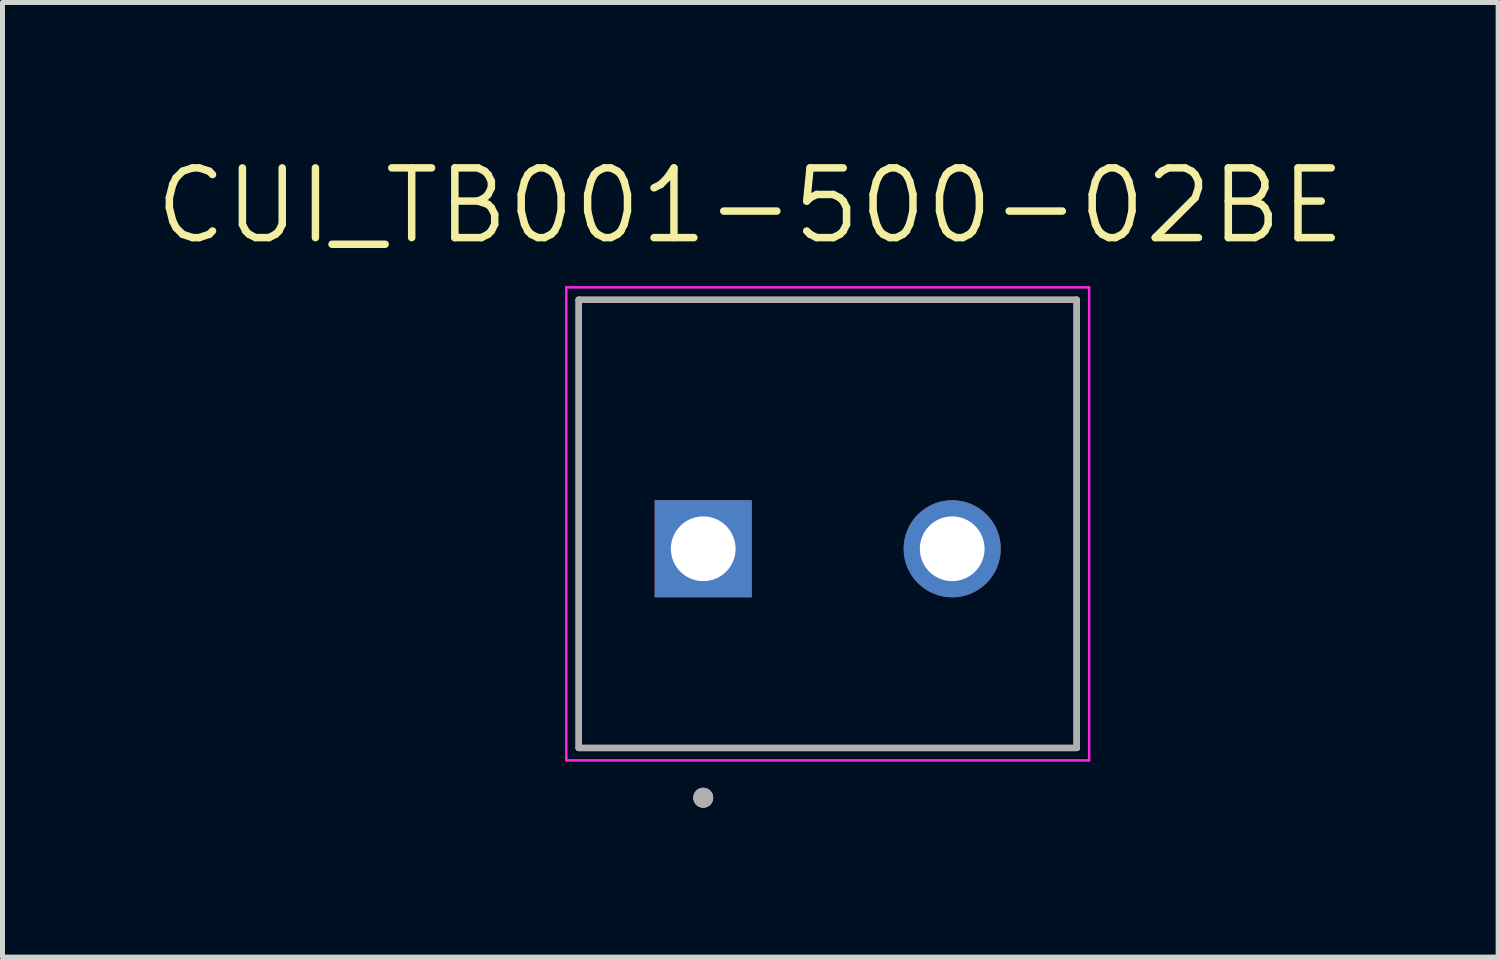
<source format=kicad_pcb>
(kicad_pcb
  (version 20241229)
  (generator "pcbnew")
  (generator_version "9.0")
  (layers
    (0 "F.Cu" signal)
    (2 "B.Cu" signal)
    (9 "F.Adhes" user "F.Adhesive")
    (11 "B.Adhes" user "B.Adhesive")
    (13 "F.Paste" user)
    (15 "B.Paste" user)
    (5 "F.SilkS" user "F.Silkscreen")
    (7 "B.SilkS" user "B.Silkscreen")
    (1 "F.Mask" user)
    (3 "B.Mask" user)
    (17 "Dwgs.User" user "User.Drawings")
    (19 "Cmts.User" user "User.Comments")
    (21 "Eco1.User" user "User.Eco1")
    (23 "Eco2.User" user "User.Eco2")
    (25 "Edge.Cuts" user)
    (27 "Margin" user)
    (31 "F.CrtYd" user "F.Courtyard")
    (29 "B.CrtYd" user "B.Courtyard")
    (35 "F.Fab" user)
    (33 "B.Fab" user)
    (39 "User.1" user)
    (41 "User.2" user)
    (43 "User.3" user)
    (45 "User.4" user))
  (footprint "CUI_TB001-500-02BE"
    (layer "F.Cu")
    (at 11.073 7.971)
    (property "Reference" "CUI_TB001-500-02BE" (at 0.945 -6.889 0) (layer "F.SilkS") (effects (font (size 1.4 1.4) (thickness 0.15))))
    (attr through_hole)
    (fp_line (start -2.5 -5) (end 7.5 -5) (stroke (width 0.127) (type solid)) (layer "F.SilkS"))
    (fp_line (start -2.5 4) (end -2.5 -5) (stroke (width 0.127) (type solid)) (layer "F.SilkS"))
    (fp_line (start 7.5 -5) (end 7.5 4) (stroke (width 0.127) (type solid)) (layer "F.SilkS"))
    (fp_line (start 7.5 4) (end -2.5 4) (stroke (width 0.127) (type solid)) (layer "F.SilkS"))
    (fp_circle (center 0 5) (end 0.1 5) (stroke (width 0.2) (type solid)) (fill no) (layer "F.SilkS"))
    (fp_line (start -2.75 -5.25) (end 7.75 -5.25) (stroke (width 0.05) (type solid)) (layer "F.CrtYd"))
    (fp_line (start -2.75 4.25) (end -2.75 -5.25) (stroke (width 0.05) (type solid)) (layer "F.CrtYd"))
    (fp_line (start 7.75 -5.25) (end 7.75 4.25) (stroke (width 0.05) (type solid)) (layer "F.CrtYd"))
    (fp_line (start 7.75 4.25) (end -2.75 4.25) (stroke (width 0.05) (type solid)) (layer "F.CrtYd"))
    (fp_line (start -2.5 -5) (end 7.5 -5) (stroke (width 0.127) (type solid)) (layer "F.Fab"))
    (fp_line (start -2.5 4) (end -2.5 -5) (stroke (width 0.127) (type solid)) (layer "F.Fab"))
    (fp_line (start 7.5 -5) (end 7.5 4) (stroke (width 0.127) (type solid)) (layer "F.Fab"))
    (fp_line (start 7.5 4) (end -2.5 4) (stroke (width 0.127) (type solid)) (layer "F.Fab"))
    (fp_circle (center 0 5) (end 0.1 5) (stroke (width 0.2) (type solid)) (fill no) (layer "F.Fab"))
    (pad "1" thru_hole rect (at 0 0) (size 1.95 1.95) (drill 1.3) (layers "*.Cu" "*.Mask"))
    (pad "2" thru_hole circle (at 5 0) (size 1.95 1.95) (drill 1.3) (layers "*.Cu" "*.Mask")))
  (gr_rect
    (start -3 -3)
    (end 27.037 16.171)
    (stroke (width 0.1) (type default))
    (fill no)
    (layer "Edge.Cuts")))
</source>
